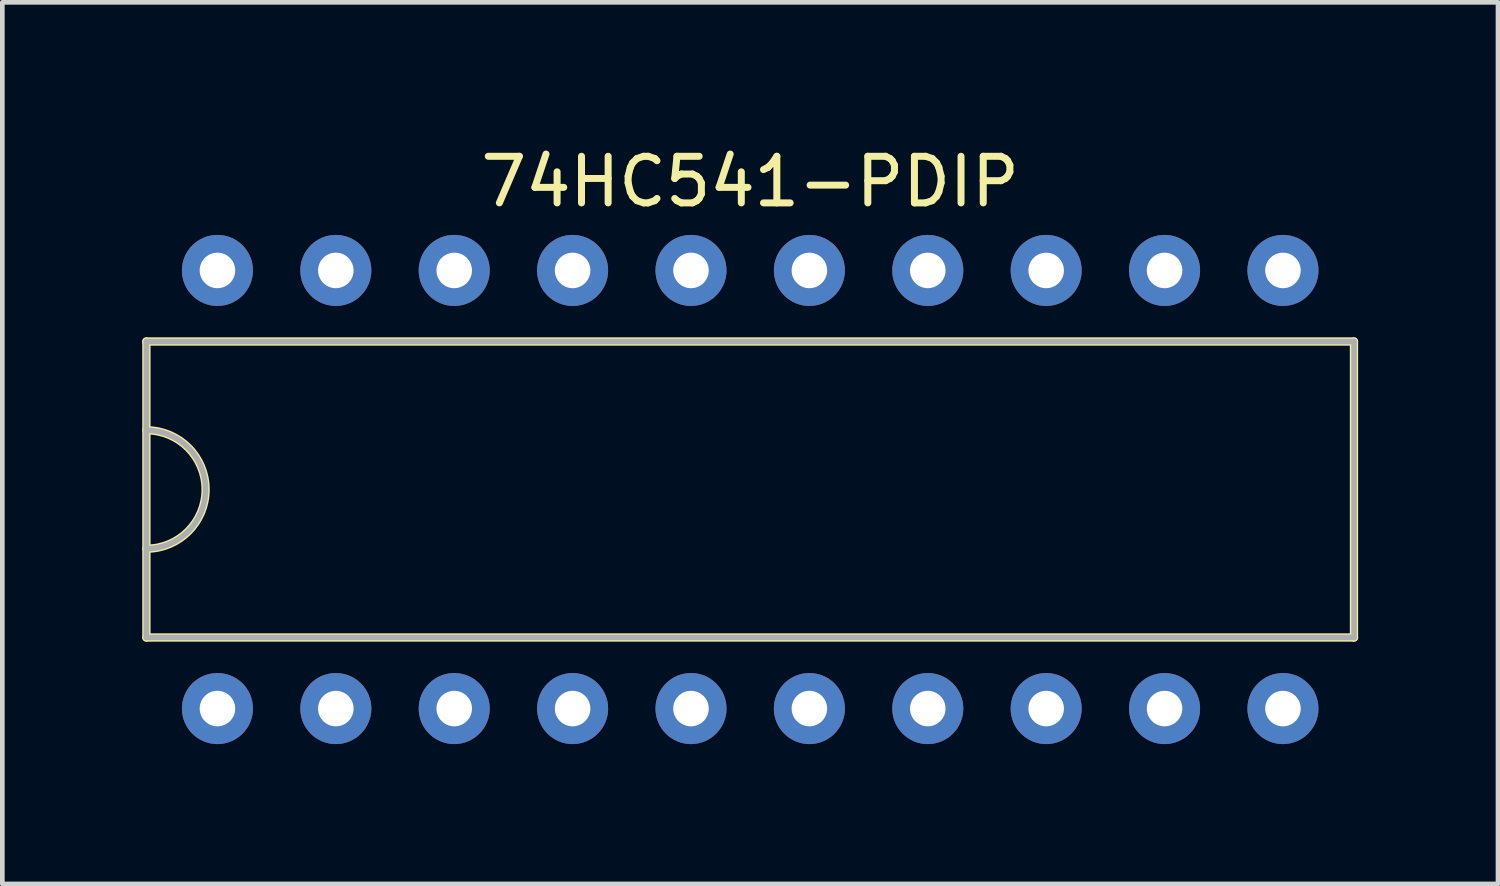
<source format=kicad_pcb>
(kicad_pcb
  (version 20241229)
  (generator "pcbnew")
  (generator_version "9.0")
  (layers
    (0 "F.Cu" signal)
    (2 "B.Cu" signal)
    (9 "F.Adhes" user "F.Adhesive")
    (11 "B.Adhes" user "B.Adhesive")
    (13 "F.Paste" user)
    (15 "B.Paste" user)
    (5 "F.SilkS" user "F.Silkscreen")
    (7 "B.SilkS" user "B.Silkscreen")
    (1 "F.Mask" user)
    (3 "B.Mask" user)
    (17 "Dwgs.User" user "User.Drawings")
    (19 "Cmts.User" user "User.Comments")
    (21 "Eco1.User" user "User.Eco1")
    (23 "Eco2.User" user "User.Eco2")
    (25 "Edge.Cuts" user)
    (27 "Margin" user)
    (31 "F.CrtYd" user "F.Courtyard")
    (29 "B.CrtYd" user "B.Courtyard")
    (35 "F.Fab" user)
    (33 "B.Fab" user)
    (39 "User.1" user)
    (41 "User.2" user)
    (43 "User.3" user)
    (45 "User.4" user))
  (footprint "74HC541-PDIP"
    (layer "F.Cu")
    (at 13.045 7.452)
    (property "Reference" "74HC541-PDIP" (at 0 -6.604 0) (layer "F.SilkS") (effects (font (size 1 1) (thickness 0.15))))
    (attr through_hole)
    (fp_line (start -12.956 -3.175) (end 12.954 -3.175) (stroke (width 0.178) (type solid)) (layer "F.SilkS"))
    (fp_line (start -12.954 -3.175) (end -12.954 3.175) (stroke (width 0.178) (type solid)) (layer "F.SilkS"))
    (fp_line (start 12.954 3.175) (end 12.954 -3.175) (stroke (width 0.178) (type solid)) (layer "F.SilkS"))
    (fp_line (start 12.955 3.175) (end -12.955 3.175) (stroke (width 0.178) (type solid)) (layer "F.SilkS"))
    (fp_arc (start -12.954 -1.27) (mid -11.684 0) (end -12.954 1.27) (stroke (width 0.1778) (type solid)) (layer "F.SilkS"))
    (fp_line (start -12.955 -3.175) (end -12.955 3.175) (stroke (width 0.12) (type solid)) (layer "F.Fab"))
    (fp_line (start -12.955 -3.175) (end 12.955 -3.175) (stroke (width 0.12) (type solid)) (layer "F.Fab"))
    (fp_line (start 12.955 3.175) (end -12.955 3.175) (stroke (width 0.12) (type solid)) (layer "F.Fab"))
    (fp_line (start 12.955 3.175) (end 12.955 -3.175) (stroke (width 0.12) (type solid)) (layer "F.Fab"))
    (fp_arc (start -12.954 -1.27) (mid -11.684 0) (end -12.954 1.27) (stroke (width 0.12) (type solid)) (layer "F.Fab"))
    (pad "1" thru_hole circle (at -11.43 4.7) (size 1.524 1.524) (drill 0.762) (layers "*.Cu" "*.Mask"))
    (pad "2" thru_hole circle (at -8.89 4.7) (size 1.524 1.524) (drill 0.762) (layers "*.Cu" "*.Mask"))
    (pad "3" thru_hole circle (at -6.35 4.7) (size 1.524 1.524) (drill 0.762) (layers "*.Cu" "*.Mask"))
    (pad "4" thru_hole circle (at -3.81 4.7) (size 1.524 1.524) (drill 0.762) (layers "*.Cu" "*.Mask"))
    (pad "5" thru_hole circle (at -1.27 4.7) (size 1.524 1.524) (drill 0.762) (layers "*.Cu" "*.Mask"))
    (pad "6" thru_hole circle (at 1.27 4.7) (size 1.524 1.524) (drill 0.762) (layers "*.Cu" "*.Mask"))
    (pad "7" thru_hole circle (at 3.81 4.7) (size 1.524 1.524) (drill 0.762) (layers "*.Cu" "*.Mask"))
    (pad "8" thru_hole circle (at 6.35 4.7) (size 1.524 1.524) (drill 0.762) (layers "*.Cu" "*.Mask"))
    (pad "9" thru_hole circle (at 8.89 4.7) (size 1.524 1.524) (drill 0.762) (layers "*.Cu" "*.Mask"))
    (pad "10" thru_hole circle (at 11.43 4.7) (size 1.524 1.524) (drill 0.762) (layers "*.Cu" "*.Mask"))
    (pad "11" thru_hole circle (at 11.43 -4.7) (size 1.524 1.524) (drill 0.762) (layers "*.Cu" "*.Mask"))
    (pad "12" thru_hole circle (at 8.89 -4.7) (size 1.524 1.524) (drill 0.762) (layers "*.Cu" "*.Mask"))
    (pad "13" thru_hole circle (at 6.35 -4.7) (size 1.524 1.524) (drill 0.762) (layers "*.Cu" "*.Mask"))
    (pad "14" thru_hole circle (at 3.81 -4.7) (size 1.524 1.524) (drill 0.762) (layers "*.Cu" "*.Mask"))
    (pad "15" thru_hole circle (at 1.27 -4.7) (size 1.524 1.524) (drill 0.762) (layers "*.Cu" "*.Mask"))
    (pad "16" thru_hole circle (at -1.27 -4.7) (size 1.524 1.524) (drill 0.762) (layers "*.Cu" "*.Mask"))
    (pad "17" thru_hole circle (at -3.81 -4.7) (size 1.524 1.524) (drill 0.762) (layers "*.Cu" "*.Mask"))
    (pad "18" thru_hole circle (at -6.35 -4.7) (size 1.524 1.524) (drill 0.762) (layers "*.Cu" "*.Mask"))
    (pad "19" thru_hole circle (at -8.89 -4.7) (size 1.524 1.524) (drill 0.762) (layers "*.Cu" "*.Mask"))
    (pad "20" thru_hole circle (at -11.43 -4.7) (size 1.524 1.524) (drill 0.762) (layers "*.Cu" "*.Mask")))
  (gr_rect
    (start -3 -3)
    (end 29.089 15.914)
    (stroke (width 0.1) (type default))
    (fill no)
    (layer "Edge.Cuts")))
</source>
